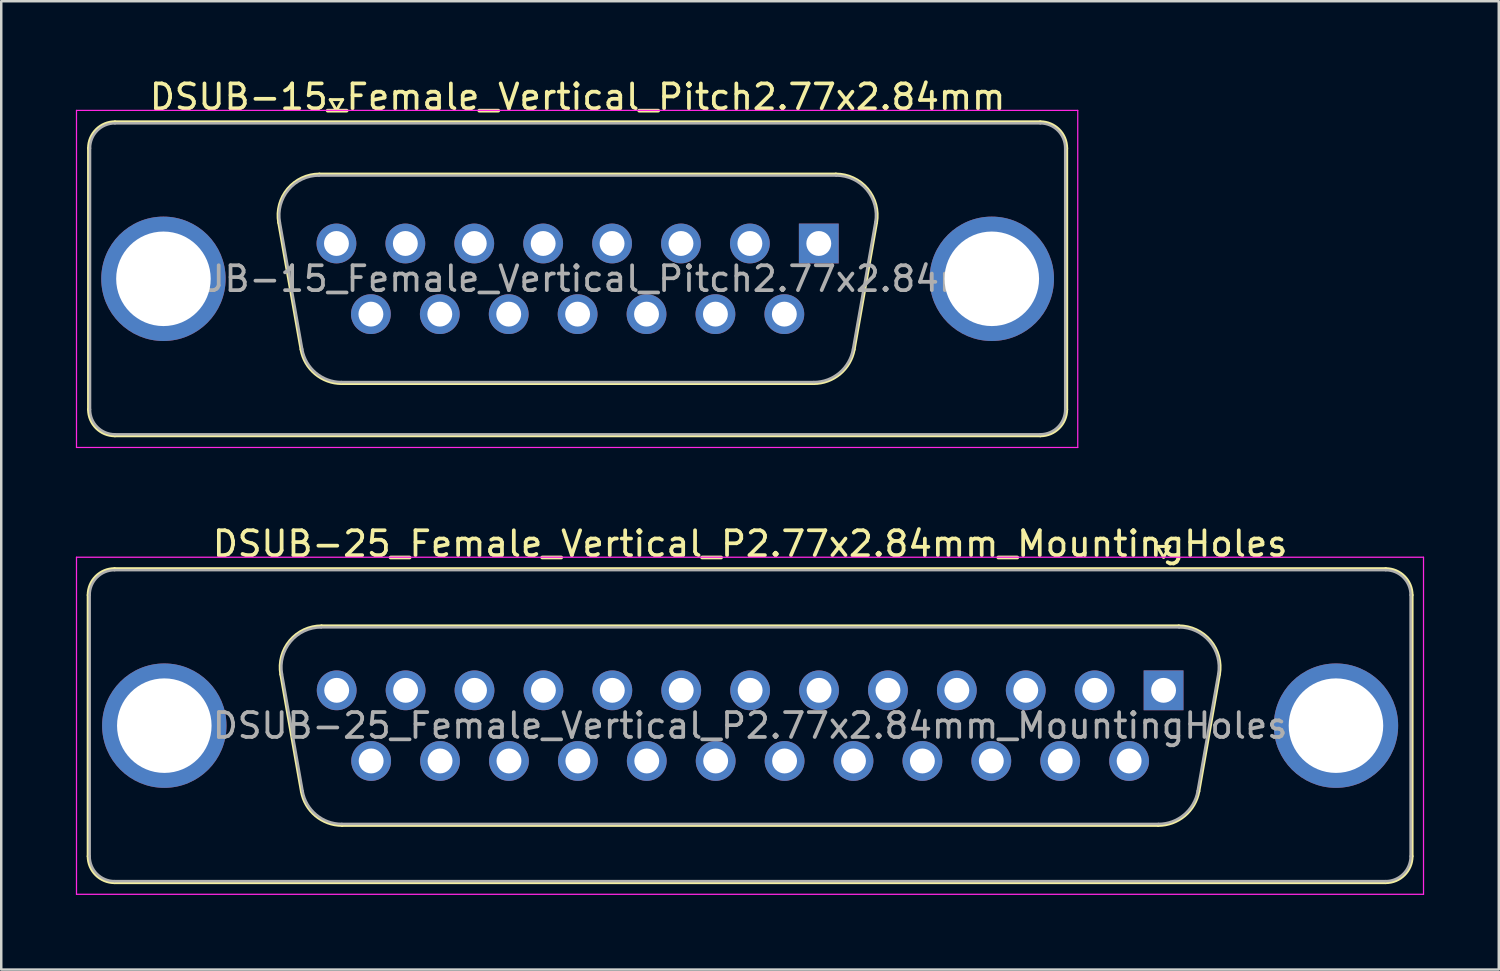
<source format=kicad_pcb>
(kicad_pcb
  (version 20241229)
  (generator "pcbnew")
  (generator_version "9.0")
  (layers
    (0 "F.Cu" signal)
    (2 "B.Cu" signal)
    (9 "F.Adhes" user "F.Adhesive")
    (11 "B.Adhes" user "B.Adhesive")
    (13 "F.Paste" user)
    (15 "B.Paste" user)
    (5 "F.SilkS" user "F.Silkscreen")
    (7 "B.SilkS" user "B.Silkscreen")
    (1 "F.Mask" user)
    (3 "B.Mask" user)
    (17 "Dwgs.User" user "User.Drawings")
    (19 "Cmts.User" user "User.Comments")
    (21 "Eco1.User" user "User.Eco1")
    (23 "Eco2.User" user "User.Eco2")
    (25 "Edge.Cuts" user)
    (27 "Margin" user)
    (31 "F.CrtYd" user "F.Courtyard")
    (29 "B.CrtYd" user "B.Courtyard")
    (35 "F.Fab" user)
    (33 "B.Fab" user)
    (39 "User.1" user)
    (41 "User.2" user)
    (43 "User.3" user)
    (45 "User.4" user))
  (footprint "DSUB-25_Female_Vertical_P2.77x2.84mm_MountingHoles"
    (layer "F.Cu")
    (at 27.105 24.701)
    (property "Reference" "DSUB-25_Female_Vertical_P2.77x2.84mm_MountingHoles" (at 0 -5.89 0) (layer "F.SilkS") (effects (font (size 1 1) (thickness 0.15))))
    (attr through_hole)
    (fp_line (start -26.61 6.67) (end -26.61 -3.83) (stroke (width 0.12) (type solid)) (layer "F.SilkS"))
    (fp_line (start -25.55 -4.89) (end 25.55 -4.89) (stroke (width 0.12) (type solid)) (layer "F.SilkS"))
    (fp_line (start -18.866 -0.642) (end -18.038 4.058) (stroke (width 0.12) (type solid)) (layer "F.SilkS"))
    (fp_line (start -17.232 -2.59) (end 17.232 -2.59) (stroke (width 0.12) (type solid)) (layer "F.SilkS"))
    (fp_line (start -16.403 5.43) (end 16.403 5.43) (stroke (width 0.12) (type solid)) (layer "F.SilkS"))
    (fp_line (start 16.37 -5.784) (end 16.87 -5.784) (stroke (width 0.12) (type solid)) (layer "F.SilkS"))
    (fp_line (start 16.62 -5.351) (end 16.37 -5.784) (stroke (width 0.12) (type solid)) (layer "F.SilkS"))
    (fp_line (start 16.87 -5.784) (end 16.62 -5.351) (stroke (width 0.12) (type solid)) (layer "F.SilkS"))
    (fp_line (start 18.866 -0.642) (end 18.038 4.058) (stroke (width 0.12) (type solid)) (layer "F.SilkS"))
    (fp_line (start 25.55 7.73) (end -25.55 7.73) (stroke (width 0.12) (type solid)) (layer "F.SilkS"))
    (fp_line (start 26.61 -3.83) (end 26.61 6.67) (stroke (width 0.12) (type solid)) (layer "F.SilkS"))
    (fp_arc (start -26.61 -3.83) (mid -26.299533 -4.579533) (end -25.55 -4.89) (stroke (width 0.12) (type solid)) (layer "F.SilkS"))
    (fp_arc (start -25.55 7.73) (mid -26.299533 7.419533) (end -26.61 6.67) (stroke (width 0.12) (type solid)) (layer "F.SilkS"))
    (fp_arc (start -18.86647 -0.641744) (mid -18.503323 -1.997028) (end -17.231689 -2.59) (stroke (width 0.12) (type solid)) (layer "F.SilkS"))
    (fp_arc (start -16.402952 5.43) (mid -17.469979 5.041634) (end -18.037733 4.058256) (stroke (width 0.12) (type solid)) (layer "F.SilkS"))
    (fp_arc (start 17.231689 -2.59) (mid 18.503323 -1.997027) (end 18.86647 -0.641744) (stroke (width 0.12) (type solid)) (layer "F.SilkS"))
    (fp_arc (start 18.037733 4.058256) (mid 17.46998 5.041634) (end 16.402952 5.43) (stroke (width 0.12) (type solid)) (layer "F.SilkS"))
    (fp_arc (start 25.55 -4.89) (mid 26.299533 -4.579533) (end 26.61 -3.83) (stroke (width 0.12) (type solid)) (layer "F.SilkS"))
    (fp_arc (start 26.61 6.67) (mid 26.299533 7.419533) (end 25.55 7.73) (stroke (width 0.12) (type solid)) (layer "F.SilkS"))
    (fp_line (start -27.08 -5.35) (end -27.08 8.2) (stroke (width 0.05) (type solid)) (layer "F.CrtYd"))
    (fp_line (start -27.08 8.2) (end 27.07 8.2) (stroke (width 0.05) (type solid)) (layer "F.CrtYd"))
    (fp_line (start 27.07 -5.35) (end -27.08 -5.35) (stroke (width 0.05) (type solid)) (layer "F.CrtYd"))
    (fp_line (start 27.07 8.2) (end 27.07 -5.35) (stroke (width 0.05) (type solid)) (layer "F.CrtYd"))
    (fp_line (start -26.55 6.67) (end -26.55 -3.83) (stroke (width 0.1) (type solid)) (layer "F.Fab"))
    (fp_line (start -25.55 -4.83) (end 25.55 -4.83) (stroke (width 0.1) (type solid)) (layer "F.Fab"))
    (fp_line (start -18.819 -0.652) (end -17.99 4.048) (stroke (width 0.1) (type solid)) (layer "F.Fab"))
    (fp_line (start -17.243 -2.53) (end 17.243 -2.53) (stroke (width 0.1) (type solid)) (layer "F.Fab"))
    (fp_line (start -16.414 5.37) (end 16.414 5.37) (stroke (width 0.1) (type solid)) (layer "F.Fab"))
    (fp_line (start 18.819 -0.652) (end 17.99 4.048) (stroke (width 0.1) (type solid)) (layer "F.Fab"))
    (fp_line (start 25.55 7.67) (end -25.55 7.67) (stroke (width 0.1) (type solid)) (layer "F.Fab"))
    (fp_line (start 26.55 -3.83) (end 26.55 6.67) (stroke (width 0.1) (type solid)) (layer "F.Fab"))
    (fp_arc (start -26.55 -3.83) (mid -26.257107 -4.537107) (end -25.55 -4.83) (stroke (width 0.1) (type solid)) (layer "F.Fab"))
    (fp_arc (start -25.55 7.67) (mid -26.257107 7.377107) (end -26.55 6.67) (stroke (width 0.1) (type solid)) (layer "F.Fab"))
    (fp_arc (start -18.818886 -0.652163) (mid -18.468865 -1.95846) (end -17.243194 -2.53) (stroke (width 0.1) (type solid)) (layer "F.Fab"))
    (fp_arc (start -16.414457 5.37) (mid -17.442917 4.995671) (end -17.990149 4.047837) (stroke (width 0.1) (type solid)) (layer "F.Fab"))
    (fp_arc (start 17.243194 -2.53) (mid 18.468865 -1.95846) (end 18.818886 -0.652163) (stroke (width 0.1) (type solid)) (layer "F.Fab"))
    (fp_arc (start 17.990149 4.047837) (mid 17.442917 4.995671) (end 16.414457 5.37) (stroke (width 0.1) (type solid)) (layer "F.Fab"))
    (fp_arc (start 25.55 -4.83) (mid 26.257107 -4.537107) (end 26.55 -3.83) (stroke (width 0.1) (type solid)) (layer "F.Fab"))
    (fp_arc (start 26.55 6.67) (mid 26.257107 7.377107) (end 25.55 7.67) (stroke (width 0.1) (type solid)) (layer "F.Fab"))
    (fp_text user "${REFERENCE}" (at 0 1.42 0) (layer "F.Fab") (effects (font (size 1 1) (thickness 0.15))))
    (pad "" np_thru_hole circle (at -23.55 1.42) (size 5 5) (drill 3.8) (layers "*.Cu" "*.Mask"))
    (pad "" np_thru_hole circle (at 23.55 1.42) (size 5 5) (drill 3.8) (layers "*.Cu" "*.Mask"))
    (pad "1" thru_hole rect (at 16.62 0) (size 1.6 1.6) (drill 1) (layers "*.Cu" "*.Mask"))
    (pad "2" thru_hole circle (at 13.85 0) (size 1.6 1.6) (drill 1) (layers "*.Cu" "*.Mask"))
    (pad "3" thru_hole circle (at 11.08 0) (size 1.6 1.6) (drill 1) (layers "*.Cu" "*.Mask"))
    (pad "4" thru_hole circle (at 8.31 0) (size 1.6 1.6) (drill 1) (layers "*.Cu" "*.Mask"))
    (pad "5" thru_hole circle (at 5.54 0) (size 1.6 1.6) (drill 1) (layers "*.Cu" "*.Mask"))
    (pad "6" thru_hole circle (at 2.77 0) (size 1.6 1.6) (drill 1) (layers "*.Cu" "*.Mask"))
    (pad "7" thru_hole circle (at 0 0) (size 1.6 1.6) (drill 1) (layers "*.Cu" "*.Mask"))
    (pad "8" thru_hole circle (at -2.77 0) (size 1.6 1.6) (drill 1) (layers "*.Cu" "*.Mask"))
    (pad "9" thru_hole circle (at -5.54 0) (size 1.6 1.6) (drill 1) (layers "*.Cu" "*.Mask"))
    (pad "10" thru_hole circle (at -8.31 0) (size 1.6 1.6) (drill 1) (layers "*.Cu" "*.Mask"))
    (pad "11" thru_hole circle (at -11.08 0) (size 1.6 1.6) (drill 1) (layers "*.Cu" "*.Mask"))
    (pad "12" thru_hole circle (at -13.85 0) (size 1.6 1.6) (drill 1) (layers "*.Cu" "*.Mask"))
    (pad "13" thru_hole circle (at -16.62 0) (size 1.6 1.6) (drill 1) (layers "*.Cu" "*.Mask"))
    (pad "14" thru_hole circle (at 15.235 2.84) (size 1.6 1.6) (drill 1) (layers "*.Cu" "*.Mask"))
    (pad "15" thru_hole circle (at 12.465 2.84) (size 1.6 1.6) (drill 1) (layers "*.Cu" "*.Mask"))
    (pad "16" thru_hole circle (at 9.695 2.84) (size 1.6 1.6) (drill 1) (layers "*.Cu" "*.Mask"))
    (pad "17" thru_hole circle (at 6.925 2.84) (size 1.6 1.6) (drill 1) (layers "*.Cu" "*.Mask"))
    (pad "18" thru_hole circle (at 4.155 2.84) (size 1.6 1.6) (drill 1) (layers "*.Cu" "*.Mask"))
    (pad "19" thru_hole circle (at 1.385 2.84) (size 1.6 1.6) (drill 1) (layers "*.Cu" "*.Mask"))
    (pad "20" thru_hole circle (at -1.385 2.84) (size 1.6 1.6) (drill 1) (layers "*.Cu" "*.Mask"))
    (pad "21" thru_hole circle (at -4.155 2.84) (size 1.6 1.6) (drill 1) (layers "*.Cu" "*.Mask"))
    (pad "22" thru_hole circle (at -6.925 2.84) (size 1.6 1.6) (drill 1) (layers "*.Cu" "*.Mask"))
    (pad "23" thru_hole circle (at -9.695 2.84) (size 1.6 1.6) (drill 1) (layers "*.Cu" "*.Mask"))
    (pad "24" thru_hole circle (at -12.465 2.84) (size 1.6 1.6) (drill 1) (layers "*.Cu" "*.Mask"))
    (pad "25" thru_hole circle (at -15.235 2.84) (size 1.6 1.6) (drill 1) (layers "*.Cu" "*.Mask")))
  (footprint "DSUB-15_Female_Vertical_Pitch2.77x2.84mm"
    (layer "F.Cu")
    (at 10.475 6.738)
    (property "Reference" "DSUB-15_Female_Vertical_Pitch2.77x2.84mm" (at 9.695 -5.89 0) (layer "F.SilkS") (effects (font (size 1 1) (thickness 0.15))))
    (attr through_hole)
    (fp_line (start -9.965 6.67) (end -9.965 -3.83) (stroke (width 0.12) (type solid)) (layer "F.SilkS"))
    (fp_line (start -8.905 -4.89) (end 28.295 -4.89) (stroke (width 0.12) (type solid)) (layer "F.SilkS"))
    (fp_line (start -2.321 -0.842) (end -1.422 4.258) (stroke (width 0.12) (type solid)) (layer "F.SilkS"))
    (fp_line (start -0.687 -2.79) (end 20.077 -2.79) (stroke (width 0.12) (type solid)) (layer "F.SilkS"))
    (fp_line (start -0.25 -5.784) (end 0.25 -5.784) (stroke (width 0.12) (type solid)) (layer "F.SilkS"))
    (fp_line (start 0 -5.351) (end -0.25 -5.784) (stroke (width 0.12) (type solid)) (layer "F.SilkS"))
    (fp_line (start 0.213 5.63) (end 19.177 5.63) (stroke (width 0.12) (type solid)) (layer "F.SilkS"))
    (fp_line (start 0.25 -5.784) (end 0 -5.351) (stroke (width 0.12) (type solid)) (layer "F.SilkS"))
    (fp_line (start 21.711 -0.842) (end 20.812 4.258) (stroke (width 0.12) (type solid)) (layer "F.SilkS"))
    (fp_line (start 28.295 7.73) (end -8.905 7.73) (stroke (width 0.12) (type solid)) (layer "F.SilkS"))
    (fp_line (start 29.355 -3.83) (end 29.355 6.67) (stroke (width 0.12) (type solid)) (layer "F.SilkS"))
    (fp_arc (start -9.965 -3.83) (mid -9.654533 -4.579533) (end -8.905 -4.89) (stroke (width 0.12) (type solid)) (layer "F.SilkS"))
    (fp_arc (start -8.905 7.73) (mid -9.654533 7.419533) (end -9.965 6.67) (stroke (width 0.12) (type solid)) (layer "F.SilkS"))
    (fp_arc (start -2.32147 -0.841744) (mid -1.958323 -2.197028) (end -0.686689 -2.79) (stroke (width 0.12) (type solid)) (layer "F.SilkS"))
    (fp_arc (start 0.212579 5.63) (mid -0.854448 5.241634) (end -1.422202 4.258256) (stroke (width 0.12) (type solid)) (layer "F.SilkS"))
    (fp_arc (start 20.076689 -2.79) (mid 21.348323 -2.197027) (end 21.71147 -0.841744) (stroke (width 0.12) (type solid)) (layer "F.SilkS"))
    (fp_arc (start 20.812202 4.258256) (mid 20.244449 5.241634) (end 19.177421 5.63) (stroke (width 0.12) (type solid)) (layer "F.SilkS"))
    (fp_arc (start 28.295 -4.89) (mid 29.044533 -4.579533) (end 29.355 -3.83) (stroke (width 0.12) (type solid)) (layer "F.SilkS"))
    (fp_arc (start 29.355 6.67) (mid 29.044533 7.419533) (end 28.295 7.73) (stroke (width 0.12) (type solid)) (layer "F.SilkS"))
    (fp_line (start -10.45 -5.35) (end -10.45 8.2) (stroke (width 0.05) (type solid)) (layer "F.CrtYd"))
    (fp_line (start -10.45 8.2) (end 29.8 8.2) (stroke (width 0.05) (type solid)) (layer "F.CrtYd"))
    (fp_line (start 29.8 -5.35) (end -10.45 -5.35) (stroke (width 0.05) (type solid)) (layer "F.CrtYd"))
    (fp_line (start 29.8 8.2) (end 29.8 -5.35) (stroke (width 0.05) (type solid)) (layer "F.CrtYd"))
    (fp_line (start -9.905 6.67) (end -9.905 -3.83) (stroke (width 0.1) (type solid)) (layer "F.Fab"))
    (fp_line (start -8.905 -4.83) (end 28.295 -4.83) (stroke (width 0.1) (type solid)) (layer "F.Fab"))
    (fp_line (start -2.274 -0.852) (end -1.375 4.248) (stroke (width 0.1) (type solid)) (layer "F.Fab"))
    (fp_line (start -0.698 -2.73) (end 20.088 -2.73) (stroke (width 0.1) (type solid)) (layer "F.Fab"))
    (fp_line (start 0.201 5.57) (end 19.189 5.57) (stroke (width 0.1) (type solid)) (layer "F.Fab"))
    (fp_line (start 21.664 -0.852) (end 20.765 4.248) (stroke (width 0.1) (type solid)) (layer "F.Fab"))
    (fp_line (start 28.295 7.67) (end -8.905 7.67) (stroke (width 0.1) (type solid)) (layer "F.Fab"))
    (fp_line (start 29.295 -3.83) (end 29.295 6.67) (stroke (width 0.1) (type solid)) (layer "F.Fab"))
    (fp_arc (start -9.905 -3.83) (mid -9.612107 -4.537107) (end -8.905 -4.83) (stroke (width 0.1) (type solid)) (layer "F.Fab"))
    (fp_arc (start -8.905 7.67) (mid -9.612107 7.377107) (end -9.905 6.67) (stroke (width 0.1) (type solid)) (layer "F.Fab"))
    (fp_arc (start -2.273886 -0.852163) (mid -1.923865 -2.15846) (end -0.698194 -2.73) (stroke (width 0.1) (type solid)) (layer "F.Fab"))
    (fp_arc (start 0.201073 5.57) (mid -0.827387 5.195671) (end -1.374619 4.247837) (stroke (width 0.1) (type solid)) (layer "F.Fab"))
    (fp_arc (start 20.088194 -2.73) (mid 21.313865 -2.15846) (end 21.663886 -0.852163) (stroke (width 0.1) (type solid)) (layer "F.Fab"))
    (fp_arc (start 20.764619 4.247837) (mid 20.217387 5.195671) (end 19.188927 5.57) (stroke (width 0.1) (type solid)) (layer "F.Fab"))
    (fp_arc (start 28.295 -4.83) (mid 29.002107 -4.537107) (end 29.295 -3.83) (stroke (width 0.1) (type solid)) (layer "F.Fab"))
    (fp_arc (start 29.295 6.67) (mid 29.002107 7.377107) (end 28.295 7.67) (stroke (width 0.1) (type solid)) (layer "F.Fab"))
    (fp_text user "${REFERENCE}" (at 9.695 1.42 0) (layer "F.Fab") (effects (font (size 1 1) (thickness 0.15))))
    (pad "" np_thru_hole circle (at -6.955 1.42) (size 5 5) (drill 3.8) (layers "*.Cu" "*.Mask"))
    (pad "" np_thru_hole circle (at 26.345 1.42) (size 5 5) (drill 3.8) (layers "*.Cu" "*.Mask"))
    (pad "1" thru_hole rect (at 19.39 0) (size 1.6 1.6) (drill 1) (layers "*.Cu" "*.Mask"))
    (pad "2" thru_hole circle (at 16.62 0) (size 1.6 1.6) (drill 1) (layers "*.Cu" "*.Mask"))
    (pad "3" thru_hole circle (at 13.85 0) (size 1.6 1.6) (drill 1) (layers "*.Cu" "*.Mask"))
    (pad "4" thru_hole circle (at 11.08 0) (size 1.6 1.6) (drill 1) (layers "*.Cu" "*.Mask"))
    (pad "5" thru_hole circle (at 8.31 0) (size 1.6 1.6) (drill 1) (layers "*.Cu" "*.Mask"))
    (pad "6" thru_hole circle (at 5.54 0) (size 1.6 1.6) (drill 1) (layers "*.Cu" "*.Mask"))
    (pad "7" thru_hole circle (at 2.77 0) (size 1.6 1.6) (drill 1) (layers "*.Cu" "*.Mask"))
    (pad "8" thru_hole circle (at 0 0) (size 1.6 1.6) (drill 1) (layers "*.Cu" "*.Mask"))
    (pad "9" thru_hole circle (at 18.005 2.84) (size 1.6 1.6) (drill 1) (layers "*.Cu" "*.Mask"))
    (pad "10" thru_hole circle (at 15.235 2.84) (size 1.6 1.6) (drill 1) (layers "*.Cu" "*.Mask"))
    (pad "11" thru_hole circle (at 12.465 2.84) (size 1.6 1.6) (drill 1) (layers "*.Cu" "*.Mask"))
    (pad "12" thru_hole circle (at 9.695 2.84) (size 1.6 1.6) (drill 1) (layers "*.Cu" "*.Mask"))
    (pad "13" thru_hole circle (at 6.925 2.84) (size 1.6 1.6) (drill 1) (layers "*.Cu" "*.Mask"))
    (pad "14" thru_hole circle (at 4.155 2.84) (size 1.6 1.6) (drill 1) (layers "*.Cu" "*.Mask"))
    (pad "15" thru_hole circle (at 1.385 2.84) (size 1.6 1.6) (drill 1) (layers "*.Cu" "*.Mask")))
  (gr_rect
    (start -3 -3)
    (end 57.2 35.926)
    (stroke (width 0.1) (type default))
    (fill no)
    (layer "Edge.Cuts")))
</source>
